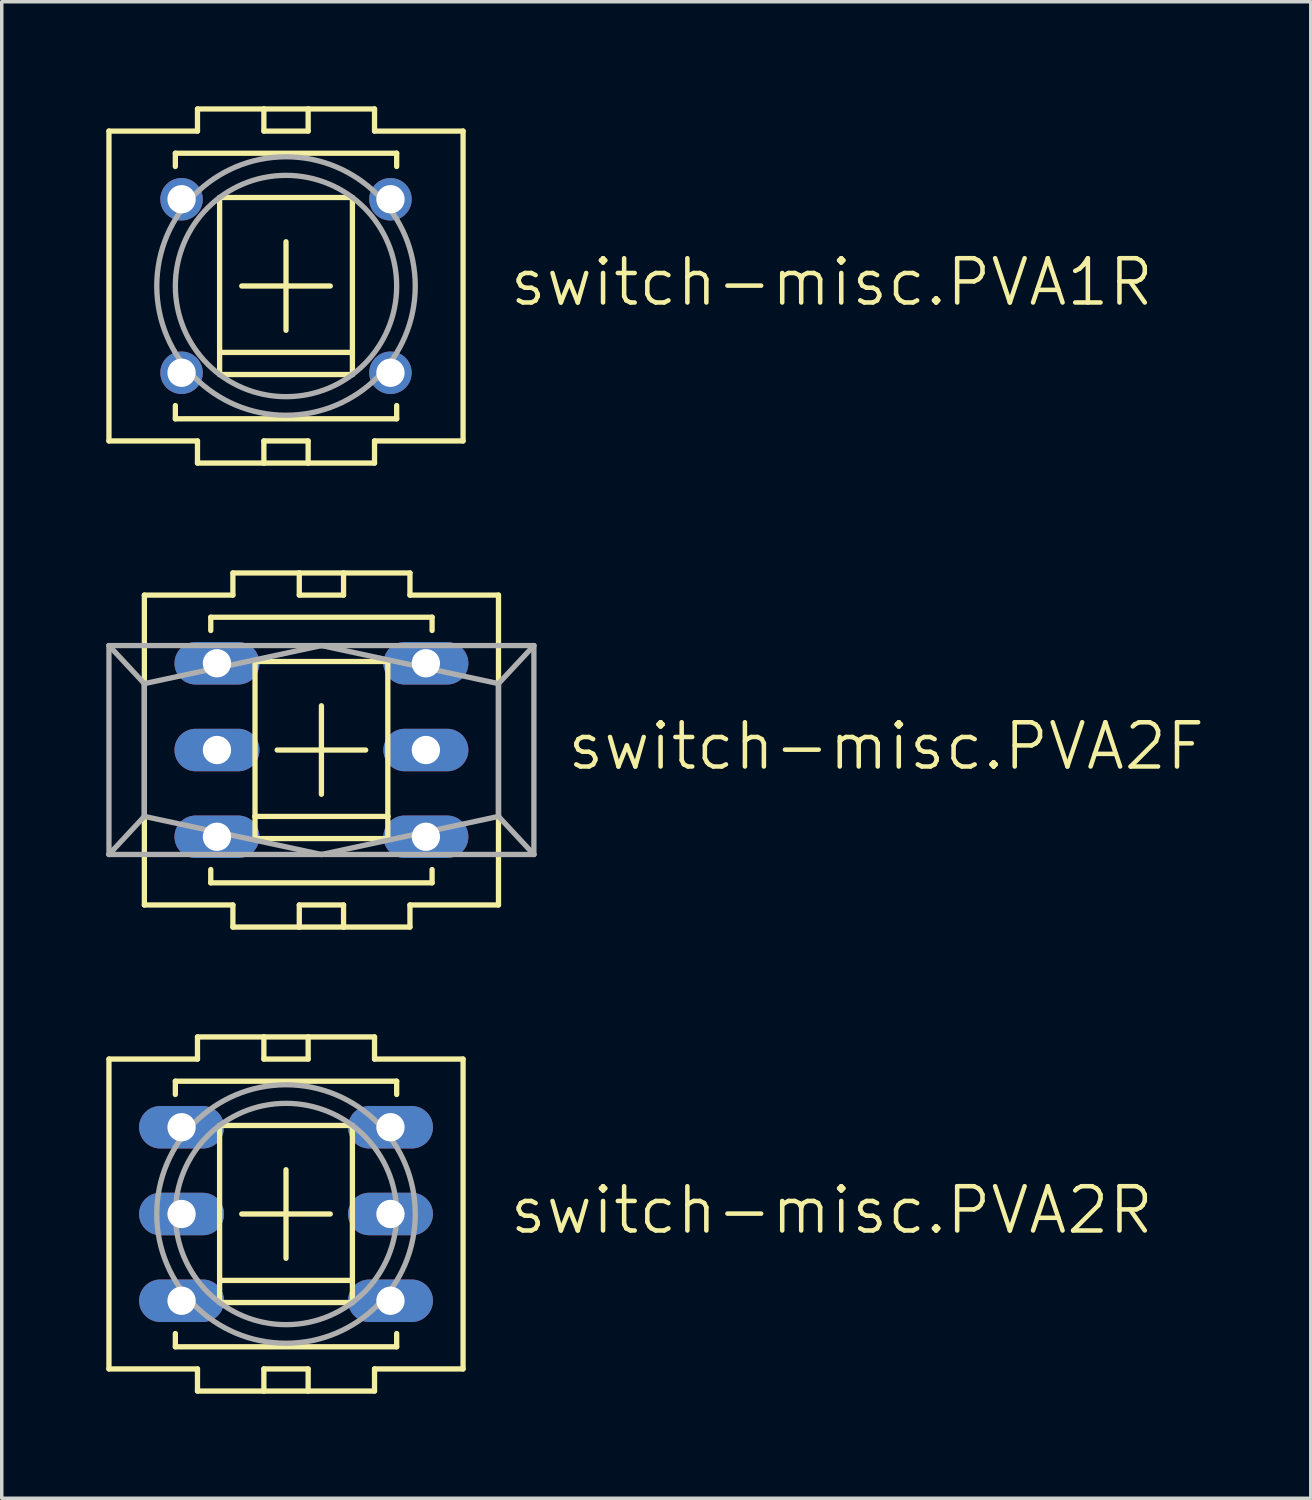
<source format=kicad_pcb>
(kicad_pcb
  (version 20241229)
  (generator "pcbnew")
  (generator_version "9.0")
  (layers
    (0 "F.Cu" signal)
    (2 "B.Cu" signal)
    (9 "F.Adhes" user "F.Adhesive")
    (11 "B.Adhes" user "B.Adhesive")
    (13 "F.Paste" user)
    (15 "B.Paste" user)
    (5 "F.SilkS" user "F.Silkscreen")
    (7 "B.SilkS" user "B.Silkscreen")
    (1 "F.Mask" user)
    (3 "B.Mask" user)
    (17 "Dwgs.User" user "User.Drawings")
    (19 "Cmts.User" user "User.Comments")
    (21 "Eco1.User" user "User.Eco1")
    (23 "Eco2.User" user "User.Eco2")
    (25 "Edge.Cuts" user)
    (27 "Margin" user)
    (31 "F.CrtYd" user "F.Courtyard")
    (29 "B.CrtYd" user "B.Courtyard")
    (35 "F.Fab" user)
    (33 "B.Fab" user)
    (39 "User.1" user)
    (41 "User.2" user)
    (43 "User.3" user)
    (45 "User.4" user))
  (footprint "switch-misc.PVA2R"
    (layer "F.Cu")
    (at 5.156 31.781)
    (property "Reference" "switch-misc.PVA2R" (at 6.35 0.635 0) (layer "F.SilkS") (effects (font (size 1.27 1.27) (thickness 0.13)) (justify left bottom)))
    (attr through_hole)
    (fp_line (start -5.08 -4.445) (end -2.54 -4.445) (stroke (width 0.152) (type default)) (layer "F.SilkS"))
    (fp_line (start -5.08 4.445) (end -5.08 -4.445) (stroke (width 0.152) (type default)) (layer "F.SilkS"))
    (fp_line (start -5.08 4.445) (end -2.54 4.445) (stroke (width 0.152) (type default)) (layer "F.SilkS"))
    (fp_line (start -3.175 -3.81) (end -3.175 -3.429) (stroke (width 0.152) (type default)) (layer "F.SilkS"))
    (fp_line (start -3.175 -3.81) (end 3.175 -3.81) (stroke (width 0.152) (type default)) (layer "F.SilkS"))
    (fp_line (start -3.175 3.429) (end -3.175 3.81) (stroke (width 0.152) (type default)) (layer "F.SilkS"))
    (fp_line (start -3.175 3.81) (end 3.175 3.81) (stroke (width 0.152) (type default)) (layer "F.SilkS"))
    (fp_line (start -2.54 -5.08) (end -2.54 -4.445) (stroke (width 0.152) (type default)) (layer "F.SilkS"))
    (fp_line (start -2.54 -5.08) (end -0.635 -5.08) (stroke (width 0.152) (type default)) (layer "F.SilkS"))
    (fp_line (start -2.54 5.08) (end -2.54 4.445) (stroke (width 0.152) (type default)) (layer "F.SilkS"))
    (fp_line (start -1.905 -2.54) (end -1.905 1.905) (stroke (width 0.152) (type default)) (layer "F.SilkS"))
    (fp_line (start -1.905 1.905) (end -1.905 2.54) (stroke (width 0.152) (type default)) (layer "F.SilkS"))
    (fp_line (start -1.905 1.905) (end 1.905 1.905) (stroke (width 0.152) (type default)) (layer "F.SilkS"))
    (fp_line (start -1.905 2.54) (end 1.905 2.54) (stroke (width 0.152) (type default)) (layer "F.SilkS"))
    (fp_line (start -1.27 0) (end 1.27 0) (stroke (width 0.152) (type default)) (layer "F.SilkS"))
    (fp_line (start -0.635 -5.08) (end -0.635 -4.445) (stroke (width 0.152) (type default)) (layer "F.SilkS"))
    (fp_line (start -0.635 -5.08) (end 0.635 -5.08) (stroke (width 0.152) (type default)) (layer "F.SilkS"))
    (fp_line (start -0.635 -4.445) (end 0.635 -4.445) (stroke (width 0.152) (type default)) (layer "F.SilkS"))
    (fp_line (start -0.635 4.445) (end 0.635 4.445) (stroke (width 0.152) (type default)) (layer "F.SilkS"))
    (fp_line (start -0.635 5.08) (end -2.54 5.08) (stroke (width 0.152) (type default)) (layer "F.SilkS"))
    (fp_line (start -0.635 5.08) (end -0.635 4.445) (stroke (width 0.152) (type default)) (layer "F.SilkS"))
    (fp_line (start 0 1.27) (end 0 -1.27) (stroke (width 0.152) (type default)) (layer "F.SilkS"))
    (fp_line (start 0.635 -5.08) (end 2.54 -5.08) (stroke (width 0.152) (type default)) (layer "F.SilkS"))
    (fp_line (start 0.635 -4.445) (end 0.635 -5.08) (stroke (width 0.152) (type default)) (layer "F.SilkS"))
    (fp_line (start 0.635 4.445) (end 0.635 5.08) (stroke (width 0.152) (type default)) (layer "F.SilkS"))
    (fp_line (start 0.635 5.08) (end -0.635 5.08) (stroke (width 0.152) (type default)) (layer "F.SilkS"))
    (fp_line (start 1.905 -2.54) (end -1.905 -2.54) (stroke (width 0.152) (type default)) (layer "F.SilkS"))
    (fp_line (start 1.905 1.905) (end 1.905 -2.54) (stroke (width 0.152) (type default)) (layer "F.SilkS"))
    (fp_line (start 1.905 2.54) (end 1.905 1.905) (stroke (width 0.152) (type default)) (layer "F.SilkS"))
    (fp_line (start 2.54 -5.08) (end 2.54 -4.445) (stroke (width 0.152) (type default)) (layer "F.SilkS"))
    (fp_line (start 2.54 5.08) (end 0.635 5.08) (stroke (width 0.152) (type default)) (layer "F.SilkS"))
    (fp_line (start 2.54 5.08) (end 2.54 4.445) (stroke (width 0.152) (type default)) (layer "F.SilkS"))
    (fp_line (start 3.175 -3.81) (end 3.175 -3.429) (stroke (width 0.152) (type default)) (layer "F.SilkS"))
    (fp_line (start 3.175 3.429) (end 3.175 3.81) (stroke (width 0.152) (type default)) (layer "F.SilkS"))
    (fp_line (start 5.08 -4.445) (end 2.54 -4.445) (stroke (width 0.152) (type default)) (layer "F.SilkS"))
    (fp_line (start 5.08 -4.445) (end 5.08 4.445) (stroke (width 0.152) (type default)) (layer "F.SilkS"))
    (fp_line (start 5.08 4.445) (end 2.54 4.445) (stroke (width 0.152) (type default)) (layer "F.SilkS"))
    (fp_circle (center 0 0) (end 3.175 0) (stroke (width 0.152) (type default)) (fill no) (layer "F.Fab"))
    (fp_circle (center 0 0) (end 3.708 0) (stroke (width 0.152) (type default)) (fill no) (layer "F.Fab"))
    (pad "1" thru_hole oval (at -2.997 -2.489) (size 2.438 1.219) (drill 0.813) (layers "*.Cu" "*.Mask"))
    (pad "2" thru_hole oval (at -2.997 0) (size 2.438 1.219) (drill 0.813) (layers "*.Cu" "*.Mask"))
    (pad "3" thru_hole oval (at -2.997 2.489) (size 2.438 1.219) (drill 0.813) (layers "*.Cu" "*.Mask"))
    (pad "4" thru_hole oval (at 2.997 -2.489) (size 2.438 1.219) (drill 0.813) (layers "*.Cu" "*.Mask"))
    (pad "5" thru_hole oval (at 2.997 0) (size 2.438 1.219) (drill 0.813) (layers "*.Cu" "*.Mask"))
    (pad "6" thru_hole oval (at 2.997 2.489) (size 2.438 1.219) (drill 0.813) (layers "*.Cu" "*.Mask")))
  (footprint "switch-misc.PVA2F"
    (layer "F.Cu")
    (at 6.172 18.469)
    (property "Reference" "switch-misc.PVA2F" (at 6.985 0.635 0) (layer "F.SilkS") (effects (font (size 1.27 1.27) (thickness 0.13)) (justify left bottom)))
    (attr through_hole)
    (fp_line (start -5.08 -4.445) (end -2.54 -4.445) (stroke (width 0.152) (type default)) (layer "F.SilkS"))
    (fp_line (start -5.08 4.445) (end -5.08 -4.445) (stroke (width 0.152) (type default)) (layer "F.SilkS"))
    (fp_line (start -5.08 4.445) (end -2.54 4.445) (stroke (width 0.152) (type default)) (layer "F.SilkS"))
    (fp_line (start -3.175 -3.81) (end -3.175 -3.429) (stroke (width 0.152) (type default)) (layer "F.SilkS"))
    (fp_line (start -3.175 -3.81) (end 3.175 -3.81) (stroke (width 0.152) (type default)) (layer "F.SilkS"))
    (fp_line (start -3.175 3.429) (end -3.175 3.81) (stroke (width 0.152) (type default)) (layer "F.SilkS"))
    (fp_line (start -3.175 3.81) (end 3.175 3.81) (stroke (width 0.152) (type default)) (layer "F.SilkS"))
    (fp_line (start -2.54 -5.08) (end -2.54 -4.445) (stroke (width 0.152) (type default)) (layer "F.SilkS"))
    (fp_line (start -2.54 -5.08) (end -0.635 -5.08) (stroke (width 0.152) (type default)) (layer "F.SilkS"))
    (fp_line (start -2.54 5.08) (end -2.54 4.445) (stroke (width 0.152) (type default)) (layer "F.SilkS"))
    (fp_line (start -1.905 -2.54) (end -1.905 1.905) (stroke (width 0.152) (type default)) (layer "F.SilkS"))
    (fp_line (start -1.905 1.905) (end -1.905 2.54) (stroke (width 0.152) (type default)) (layer "F.SilkS"))
    (fp_line (start -1.905 1.905) (end 1.905 1.905) (stroke (width 0.152) (type default)) (layer "F.SilkS"))
    (fp_line (start -1.905 2.54) (end 1.905 2.54) (stroke (width 0.152) (type default)) (layer "F.SilkS"))
    (fp_line (start -1.27 0) (end 1.27 0) (stroke (width 0.152) (type default)) (layer "F.SilkS"))
    (fp_line (start -0.635 -5.08) (end -0.635 -4.445) (stroke (width 0.152) (type default)) (layer "F.SilkS"))
    (fp_line (start -0.635 -5.08) (end 0.635 -5.08) (stroke (width 0.152) (type default)) (layer "F.SilkS"))
    (fp_line (start -0.635 -4.445) (end 0.635 -4.445) (stroke (width 0.152) (type default)) (layer "F.SilkS"))
    (fp_line (start -0.635 4.445) (end 0.635 4.445) (stroke (width 0.152) (type default)) (layer "F.SilkS"))
    (fp_line (start -0.635 5.08) (end -2.54 5.08) (stroke (width 0.152) (type default)) (layer "F.SilkS"))
    (fp_line (start -0.635 5.08) (end -0.635 4.445) (stroke (width 0.152) (type default)) (layer "F.SilkS"))
    (fp_line (start 0 1.27) (end 0 -1.27) (stroke (width 0.152) (type default)) (layer "F.SilkS"))
    (fp_line (start 0.635 -5.08) (end 2.54 -5.08) (stroke (width 0.152) (type default)) (layer "F.SilkS"))
    (fp_line (start 0.635 -4.445) (end 0.635 -5.08) (stroke (width 0.152) (type default)) (layer "F.SilkS"))
    (fp_line (start 0.635 4.445) (end 0.635 5.08) (stroke (width 0.152) (type default)) (layer "F.SilkS"))
    (fp_line (start 0.635 5.08) (end -0.635 5.08) (stroke (width 0.152) (type default)) (layer "F.SilkS"))
    (fp_line (start 1.905 -2.54) (end -1.905 -2.54) (stroke (width 0.152) (type default)) (layer "F.SilkS"))
    (fp_line (start 1.905 1.905) (end 1.905 -2.54) (stroke (width 0.152) (type default)) (layer "F.SilkS"))
    (fp_line (start 1.905 2.54) (end 1.905 1.905) (stroke (width 0.152) (type default)) (layer "F.SilkS"))
    (fp_line (start 2.54 -5.08) (end 2.54 -4.445) (stroke (width 0.152) (type default)) (layer "F.SilkS"))
    (fp_line (start 2.54 5.08) (end 0.635 5.08) (stroke (width 0.152) (type default)) (layer "F.SilkS"))
    (fp_line (start 2.54 5.08) (end 2.54 4.445) (stroke (width 0.152) (type default)) (layer "F.SilkS"))
    (fp_line (start 3.175 -3.81) (end 3.175 -3.429) (stroke (width 0.152) (type default)) (layer "F.SilkS"))
    (fp_line (start 3.175 3.429) (end 3.175 3.81) (stroke (width 0.152) (type default)) (layer "F.SilkS"))
    (fp_line (start 5.08 -4.445) (end 2.54 -4.445) (stroke (width 0.152) (type default)) (layer "F.SilkS"))
    (fp_line (start 5.08 -4.445) (end 5.08 4.445) (stroke (width 0.152) (type default)) (layer "F.SilkS"))
    (fp_line (start 5.08 4.445) (end 2.54 4.445) (stroke (width 0.152) (type default)) (layer "F.SilkS"))
    (fp_line (start -6.096 2.997) (end -6.096 -2.997) (stroke (width 0.152) (type default)) (layer "F.Fab"))
    (fp_line (start -6.096 2.997) (end 0 2.997) (stroke (width 0.152) (type default)) (layer "F.Fab"))
    (fp_line (start -5.08 -1.905) (end -6.096 -2.997) (stroke (width 0.152) (type default)) (layer "F.Fab"))
    (fp_line (start -5.08 -1.905) (end 0 -2.997) (stroke (width 0.152) (type default)) (layer "F.Fab"))
    (fp_line (start -5.08 1.905) (end -6.096 2.997) (stroke (width 0.152) (type default)) (layer "F.Fab"))
    (fp_line (start -5.08 1.905) (end -5.08 -1.905) (stroke (width 0.152) (type default)) (layer "F.Fab"))
    (fp_line (start 0 -2.997) (end -6.096 -2.997) (stroke (width 0.152) (type default)) (layer "F.Fab"))
    (fp_line (start 0 -2.997) (end 5.08 -1.905) (stroke (width 0.152) (type default)) (layer "F.Fab"))
    (fp_line (start 0 2.997) (end -5.08 1.905) (stroke (width 0.152) (type default)) (layer "F.Fab"))
    (fp_line (start 0 2.997) (end 6.096 2.997) (stroke (width 0.152) (type default)) (layer "F.Fab"))
    (fp_line (start 5.08 -1.905) (end 6.096 -2.997) (stroke (width 0.152) (type default)) (layer "F.Fab"))
    (fp_line (start 5.08 1.905) (end 0 2.997) (stroke (width 0.152) (type default)) (layer "F.Fab"))
    (fp_line (start 5.08 1.905) (end 5.08 -1.905) (stroke (width 0.152) (type default)) (layer "F.Fab"))
    (fp_line (start 5.08 1.905) (end 6.096 2.997) (stroke (width 0.152) (type default)) (layer "F.Fab"))
    (fp_line (start 6.096 -2.997) (end 0 -2.997) (stroke (width 0.152) (type default)) (layer "F.Fab"))
    (fp_line (start 6.096 -2.997) (end 6.096 2.997) (stroke (width 0.152) (type default)) (layer "F.Fab"))
    (pad "1" thru_hole oval (at -2.997 -2.489) (size 2.438 1.219) (drill 0.813) (layers "*.Cu" "*.Mask"))
    (pad "2" thru_hole oval (at -2.997 0) (size 2.438 1.219) (drill 0.813) (layers "*.Cu" "*.Mask"))
    (pad "3" thru_hole oval (at -2.997 2.489) (size 2.438 1.219) (drill 0.813) (layers "*.Cu" "*.Mask"))
    (pad "4" thru_hole oval (at 2.997 -2.489) (size 2.438 1.219) (drill 0.813) (layers "*.Cu" "*.Mask"))
    (pad "5" thru_hole oval (at 2.997 0) (size 2.438 1.219) (drill 0.813) (layers "*.Cu" "*.Mask"))
    (pad "6" thru_hole oval (at 2.997 2.489) (size 2.438 1.219) (drill 0.813) (layers "*.Cu" "*.Mask")))
  (footprint "switch-misc.PVA1R"
    (layer "F.Cu")
    (at 5.156 5.156)
    (property "Reference" "switch-misc.PVA1R" (at 6.35 0.635 0) (layer "F.SilkS") (effects (font (size 1.27 1.27) (thickness 0.13)) (justify left bottom)))
    (attr through_hole)
    (fp_line (start -5.08 -4.445) (end -2.54 -4.445) (stroke (width 0.152) (type default)) (layer "F.SilkS"))
    (fp_line (start -5.08 4.445) (end -5.08 -4.445) (stroke (width 0.152) (type default)) (layer "F.SilkS"))
    (fp_line (start -5.08 4.445) (end -2.54 4.445) (stroke (width 0.152) (type default)) (layer "F.SilkS"))
    (fp_line (start -3.175 -3.81) (end -3.175 -3.429) (stroke (width 0.152) (type default)) (layer "F.SilkS"))
    (fp_line (start -3.175 -3.81) (end 3.175 -3.81) (stroke (width 0.152) (type default)) (layer "F.SilkS"))
    (fp_line (start -3.175 3.429) (end -3.175 3.81) (stroke (width 0.152) (type default)) (layer "F.SilkS"))
    (fp_line (start -3.175 3.81) (end 3.175 3.81) (stroke (width 0.152) (type default)) (layer "F.SilkS"))
    (fp_line (start -2.54 -5.08) (end -2.54 -4.445) (stroke (width 0.152) (type default)) (layer "F.SilkS"))
    (fp_line (start -2.54 -5.08) (end -0.635 -5.08) (stroke (width 0.152) (type default)) (layer "F.SilkS"))
    (fp_line (start -2.54 5.08) (end -2.54 4.445) (stroke (width 0.152) (type default)) (layer "F.SilkS"))
    (fp_line (start -1.905 -2.54) (end -1.905 1.905) (stroke (width 0.152) (type default)) (layer "F.SilkS"))
    (fp_line (start -1.905 1.905) (end -1.905 2.54) (stroke (width 0.152) (type default)) (layer "F.SilkS"))
    (fp_line (start -1.905 1.905) (end 1.905 1.905) (stroke (width 0.152) (type default)) (layer "F.SilkS"))
    (fp_line (start -1.905 2.54) (end 1.905 2.54) (stroke (width 0.152) (type default)) (layer "F.SilkS"))
    (fp_line (start -1.27 0) (end 1.27 0) (stroke (width 0.152) (type default)) (layer "F.SilkS"))
    (fp_line (start -0.635 -5.08) (end -0.635 -4.445) (stroke (width 0.152) (type default)) (layer "F.SilkS"))
    (fp_line (start -0.635 -5.08) (end 0.635 -5.08) (stroke (width 0.152) (type default)) (layer "F.SilkS"))
    (fp_line (start -0.635 -4.445) (end 0.635 -4.445) (stroke (width 0.152) (type default)) (layer "F.SilkS"))
    (fp_line (start -0.635 4.445) (end 0.635 4.445) (stroke (width 0.152) (type default)) (layer "F.SilkS"))
    (fp_line (start -0.635 5.08) (end -2.54 5.08) (stroke (width 0.152) (type default)) (layer "F.SilkS"))
    (fp_line (start -0.635 5.08) (end -0.635 4.445) (stroke (width 0.152) (type default)) (layer "F.SilkS"))
    (fp_line (start 0 1.27) (end 0 -1.27) (stroke (width 0.152) (type default)) (layer "F.SilkS"))
    (fp_line (start 0.635 -5.08) (end 2.54 -5.08) (stroke (width 0.152) (type default)) (layer "F.SilkS"))
    (fp_line (start 0.635 -4.445) (end 0.635 -5.08) (stroke (width 0.152) (type default)) (layer "F.SilkS"))
    (fp_line (start 0.635 4.445) (end 0.635 5.08) (stroke (width 0.152) (type default)) (layer "F.SilkS"))
    (fp_line (start 0.635 5.08) (end -0.635 5.08) (stroke (width 0.152) (type default)) (layer "F.SilkS"))
    (fp_line (start 1.905 -2.54) (end -1.905 -2.54) (stroke (width 0.152) (type default)) (layer "F.SilkS"))
    (fp_line (start 1.905 1.905) (end 1.905 -2.54) (stroke (width 0.152) (type default)) (layer "F.SilkS"))
    (fp_line (start 1.905 2.54) (end 1.905 1.905) (stroke (width 0.152) (type default)) (layer "F.SilkS"))
    (fp_line (start 2.54 -5.08) (end 2.54 -4.445) (stroke (width 0.152) (type default)) (layer "F.SilkS"))
    (fp_line (start 2.54 5.08) (end 0.635 5.08) (stroke (width 0.152) (type default)) (layer "F.SilkS"))
    (fp_line (start 2.54 5.08) (end 2.54 4.445) (stroke (width 0.152) (type default)) (layer "F.SilkS"))
    (fp_line (start 3.175 -3.81) (end 3.175 -3.429) (stroke (width 0.152) (type default)) (layer "F.SilkS"))
    (fp_line (start 3.175 3.429) (end 3.175 3.81) (stroke (width 0.152) (type default)) (layer "F.SilkS"))
    (fp_line (start 5.08 -4.445) (end 2.54 -4.445) (stroke (width 0.152) (type default)) (layer "F.SilkS"))
    (fp_line (start 5.08 -4.445) (end 5.08 4.445) (stroke (width 0.152) (type default)) (layer "F.SilkS"))
    (fp_line (start 5.08 4.445) (end 2.54 4.445) (stroke (width 0.152) (type default)) (layer "F.SilkS"))
    (fp_circle (center 0 0) (end 3.175 0) (stroke (width 0.152) (type default)) (fill no) (layer "F.Fab"))
    (fp_circle (center 0 0) (end 3.708 0) (stroke (width 0.152) (type default)) (fill no) (layer "F.Fab"))
    (pad "1" thru_hole circle (at -2.997 -2.489) (size 1.219 1.219) (drill 0.813) (layers "*.Cu" "*.Mask"))
    (pad "2" thru_hole circle (at -2.997 2.489) (size 1.219 1.219) (drill 0.813) (layers "*.Cu" "*.Mask"))
    (pad "3" thru_hole circle (at 2.997 -2.489) (size 1.219 1.219) (drill 0.813) (layers "*.Cu" "*.Mask"))
    (pad "4" thru_hole circle (at 2.997 2.489) (size 1.219 1.219) (drill 0.813) (layers "*.Cu" "*.Mask")))
  (gr_rect
    (start -3 -3)
    (end 34.557 39.937)
    (stroke (width 0.1) (type default))
    (fill no)
    (layer "Edge.Cuts")))
</source>
